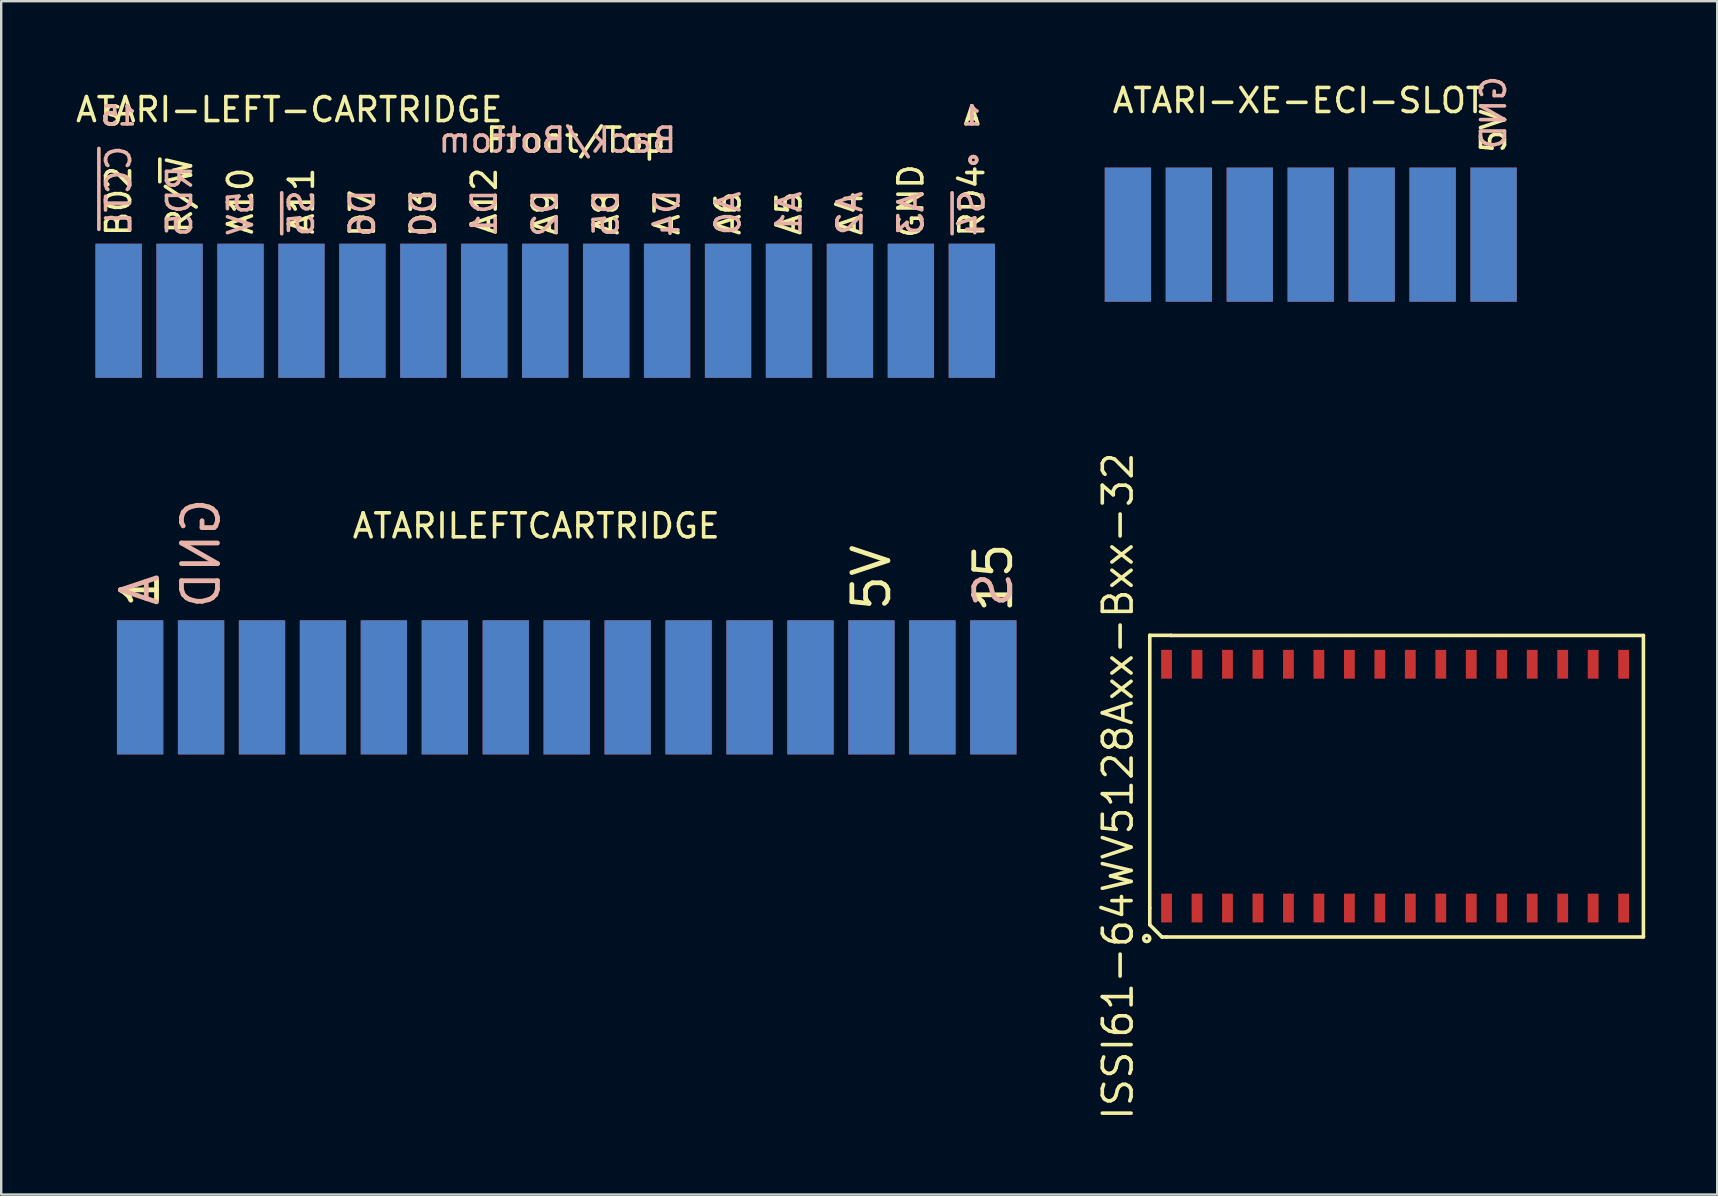
<source format=kicad_pcb>
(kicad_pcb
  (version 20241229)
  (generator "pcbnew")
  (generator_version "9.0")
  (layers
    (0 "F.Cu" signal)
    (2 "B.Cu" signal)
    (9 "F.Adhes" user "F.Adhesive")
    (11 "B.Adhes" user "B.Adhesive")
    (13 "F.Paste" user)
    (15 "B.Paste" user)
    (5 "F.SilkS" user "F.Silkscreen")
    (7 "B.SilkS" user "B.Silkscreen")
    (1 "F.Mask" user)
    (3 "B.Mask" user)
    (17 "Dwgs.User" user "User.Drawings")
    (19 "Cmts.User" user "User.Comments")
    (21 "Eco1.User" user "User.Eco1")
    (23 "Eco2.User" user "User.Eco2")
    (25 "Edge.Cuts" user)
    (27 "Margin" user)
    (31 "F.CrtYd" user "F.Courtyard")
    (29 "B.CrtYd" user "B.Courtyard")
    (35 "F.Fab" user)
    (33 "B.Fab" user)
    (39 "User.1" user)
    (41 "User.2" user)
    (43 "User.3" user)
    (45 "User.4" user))
  (footprint "ATARI-XE-ECI-SLOT"
    (layer "F.Cu")
    (at 41.673 10.539)
    (property "Reference" "ATARI-XE-ECI-SLOT" (at 9.398 -9.398 0) (layer "F.SilkS") (effects (font (size 1 1) (thickness 0.15))))
    (attr through_hole)
    (fp_text user "5V" (at 17.526 -8.128 90) (layer "F.SilkS") (effects (font (size 1 1) (thickness 0.15))))
    (fp_text user "GND" (at 17.526 -8.89 90) (layer "B.SilkS") (effects (font (size 1 1) (thickness 0.15)) (justify mirror)))
    (pad "1" smd rect (at 2.286 -3.81 270) (size 5.588 1.93) (layers "F.Cu" "F.Mask" "F.Paste"))
    (pad "2" smd rect (at 4.826 -3.81 270) (size 5.588 1.93) (layers "F.Cu" "F.Mask" "F.Paste"))
    (pad "3" smd rect (at 7.366 -3.81 270) (size 5.588 1.93) (layers "F.Cu" "F.Mask" "F.Paste"))
    (pad "4" smd rect (at 9.906 -3.81 270) (size 5.588 1.93) (layers "F.Cu" "F.Mask" "F.Paste"))
    (pad "5" smd rect (at 12.446 -3.81 270) (size 5.588 1.93) (layers "F.Cu" "F.Mask" "F.Paste"))
    (pad "6" smd rect (at 14.986 -3.81 270) (size 5.588 1.93) (layers "F.Cu" "F.Mask" "F.Paste"))
    (pad "7" smd rect (at 17.526 -3.81 270) (size 5.588 1.93) (layers "F.Cu" "F.Mask" "F.Paste"))
    (pad "A" smd rect (at 2.286 -3.81 270) (size 5.588 1.93) (layers "F.Mask" "B.Cu" "F.Paste"))
    (pad "B" smd rect (at 4.826 -3.81 270) (size 5.588 1.93) (layers "F.Mask" "B.Cu" "F.Paste"))
    (pad "C" smd rect (at 7.366 -3.81 270) (size 5.588 1.93) (layers "F.Mask" "B.Cu" "F.Paste"))
    (pad "D" smd rect (at 9.906 -3.81 270) (size 5.588 1.93) (layers "F.Mask" "B.Cu" "F.Paste"))
    (pad "E" smd rect (at 12.446 -3.81 270) (size 5.588 1.93) (layers "F.Mask" "B.Cu" "F.Paste"))
    (pad "F" smd rect (at 14.986 -3.81 270) (size 5.588 1.93) (layers "F.Mask" "B.Cu" "F.Paste"))
    (pad "H" smd rect (at 17.526 -3.81 270) (size 5.588 1.93) (layers "F.Mask" "B.Cu" "F.Paste")))
  (footprint "ATARILEFTCARTRIDGE"
    (layer "F.Cu")
    (at 0.25 15.946)
    (property "Reference" "ATARILEFTCARTRIDGE" (at 19.05 2.921 0) (layer "F.SilkS") (effects (font (size 1 1) (thickness 0.15))))
    (attr through_hole)
    (fp_text user "15" (at 38.1 5.08 90) (layer "F.SilkS") (effects (font (size 1.5 1.5) (thickness 0.2))))
    (fp_text user "1" (at 2.54 5.588 90) (layer "F.SilkS") (effects (font (size 1.5 1.5) (thickness 0.2))))
    (fp_text user "5V" (at 33.02 5.08 90) (layer "F.SilkS") (effects (font (size 1.5 1.5) (thickness 0.2))))
    (fp_text user "S" (at 38.1 5.588 90) (layer "B.SilkS") (effects (font (size 1.5 1.5) (thickness 0.2)) (justify mirror)))
    (fp_text user "GND" (at 5.08 4.064 90) (layer "B.SilkS") (effects (font (size 1.5 1.5) (thickness 0.2)) (justify mirror)))
    (fp_text user "A" (at 2.54 5.588 90) (layer "B.SilkS") (effects (font (size 1.5 1.5) (thickness 0.2)) (justify mirror)))
    (pad "1" smd rect (at 2.54 9.652 270) (size 5.588 1.93) (layers "F.Cu" "F.Mask" "F.Paste"))
    (pad "2" smd rect (at 5.08 9.652 270) (size 5.588 1.93) (layers "F.Cu" "F.Mask" "F.Paste"))
    (pad "3" smd rect (at 7.62 9.652 270) (size 5.588 1.93) (layers "F.Cu" "F.Mask" "F.Paste"))
    (pad "4" smd rect (at 10.16 9.652 270) (size 5.588 1.93) (layers "F.Cu" "F.Mask" "F.Paste"))
    (pad "5" smd rect (at 12.7 9.652 270) (size 5.588 1.93) (layers "F.Cu" "F.Mask" "F.Paste"))
    (pad "6" smd rect (at 15.24 9.652 270) (size 5.588 1.93) (layers "F.Cu" "F.Mask" "F.Paste"))
    (pad "7" smd rect (at 17.78 9.652 270) (size 5.588 1.93) (layers "F.Cu" "F.Mask" "F.Paste"))
    (pad "8" smd rect (at 20.32 9.652 270) (size 5.588 1.93) (layers "F.Cu" "F.Mask" "F.Paste"))
    (pad "9" smd rect (at 22.86 9.652 270) (size 5.588 1.93) (layers "F.Cu" "F.Mask" "F.Paste"))
    (pad "10" smd rect (at 25.4 9.652 270) (size 5.588 1.93) (layers "F.Cu" "F.Mask" "F.Paste"))
    (pad "11" smd rect (at 27.94 9.652 270) (size 5.588 1.93) (layers "F.Cu" "F.Mask" "F.Paste"))
    (pad "12" smd rect (at 30.48 9.652 270) (size 5.588 1.93) (layers "F.Cu" "F.Mask" "F.Paste"))
    (pad "13" smd rect (at 33.02 9.652 270) (size 5.588 1.93) (layers "F.Cu" "F.Mask" "F.Paste"))
    (pad "14" smd rect (at 35.56 9.652 270) (size 5.588 1.93) (layers "F.Cu" "F.Mask" "F.Paste"))
    (pad "15" smd rect (at 38.1 9.652 270) (size 5.588 1.93) (layers "F.Cu" "F.Mask" "F.Paste"))
    (pad "A" smd rect (at 2.54 9.652 270) (size 5.588 1.93) (layers "F.Mask" "B.Cu" "F.Paste"))
    (pad "B" smd rect (at 5.08 9.652 270) (size 5.588 1.93) (layers "F.Mask" "B.Cu" "F.Paste"))
    (pad "C" smd rect (at 7.62 9.652 270) (size 5.588 1.93) (layers "F.Mask" "B.Cu" "F.Paste"))
    (pad "D" smd rect (at 10.16 9.652 270) (size 5.588 1.93) (layers "F.Mask" "B.Cu" "F.Paste"))
    (pad "E" smd rect (at 12.7 9.652 270) (size 5.588 1.93) (layers "F.Mask" "B.Cu" "F.Paste"))
    (pad "F" smd rect (at 15.24 9.652 270) (size 5.588 1.93) (layers "F.Mask" "B.Cu" "F.Paste"))
    (pad "H" smd rect (at 17.78 9.652 270) (size 5.588 1.93) (layers "F.Mask" "B.Cu" "F.Paste"))
    (pad "J" smd rect (at 20.32 9.652 270) (size 5.588 1.93) (layers "F.Mask" "B.Cu" "F.Paste"))
    (pad "K" smd rect (at 22.86 9.652 270) (size 5.588 1.93) (layers "F.Mask" "B.Cu" "F.Paste"))
    (pad "L" smd rect (at 25.4 9.652 270) (size 5.588 1.93) (layers "F.Mask" "B.Cu" "F.Paste"))
    (pad "M" smd rect (at 27.94 9.652 270) (size 5.588 1.93) (layers "F.Mask" "B.Cu" "F.Paste"))
    (pad "N" smd rect (at 30.48 9.652 270) (size 5.588 1.93) (layers "F.Mask" "B.Cu" "F.Paste"))
    (pad "P" smd rect (at 33.02 9.652 270) (size 5.588 1.93) (layers "F.Mask" "B.Cu" "F.Paste"))
    (pad "R" smd rect (at 35.56 9.652 270) (size 5.588 1.93) (layers "F.Mask" "B.Cu" "F.Paste"))
    (pad "S" smd rect (at 38.1 9.652 270) (size 5.588 1.93) (layers "F.Mask" "B.Cu" "F.Paste")))
  (footprint "ISSI61-64WV5128Axx-Bxx-32"
    (layer "F.Cu")
    (at 55.094 29.715)
    (property "Reference" "ISSI61-64WV5128Axx-Bxx-32" (at -11.55 0 90) (layer "F.SilkS") (effects (font (size 1.2 1.2) (thickness 0.15))))
    (attr through_hole)
    (fp_line (start -10.223 -6.287) (end -10.223 5.08) (stroke (width 0.15) (type solid)) (layer "F.SilkS"))
    (fp_line (start -10.223 -6.287) (end -9.335 -6.287) (stroke (width 0.15) (type solid)) (layer "F.SilkS"))
    (fp_line (start -10.223 5.08) (end -10.223 5.779) (stroke (width 0.15) (type solid)) (layer "F.SilkS"))
    (fp_line (start -10.223 5.779) (end -9.716 6.287) (stroke (width 0.15) (type solid)) (layer "F.SilkS"))
    (fp_line (start -9.716 6.287) (end -9.525 6.287) (stroke (width 0.15) (type solid)) (layer "F.SilkS"))
    (fp_line (start -9.525 6.287) (end 10.351 6.287) (stroke (width 0.15) (type solid)) (layer "F.SilkS"))
    (fp_line (start 10.35 -6.28) (end -9.35 -6.28) (stroke (width 0.15) (type solid)) (layer "F.SilkS"))
    (fp_line (start 10.35 6.28) (end 10.35 -6.28) (stroke (width 0.15) (type solid)) (layer "F.SilkS"))
    (fp_circle (center -10.351 6.35) (end -10.351 6.223) (stroke (width 0.15) (type solid)) (fill no) (layer "F.SilkS"))
    (pad "1" smd rect (at -9.525 5.08) (size 0.45 1.2) (layers "F.Cu" "F.Mask" "F.Paste"))
    (pad "2" smd rect (at -8.255 5.08) (size 0.45 1.2) (layers "F.Cu" "F.Mask" "F.Paste"))
    (pad "3" smd rect (at -6.985 5.08) (size 0.45 1.2) (layers "F.Cu" "F.Mask" "F.Paste"))
    (pad "4" smd rect (at -5.715 5.08) (size 0.45 1.2) (layers "F.Cu" "F.Mask" "F.Paste"))
    (pad "5" smd rect (at -4.445 5.08) (size 0.45 1.2) (layers "F.Cu" "F.Mask" "F.Paste"))
    (pad "6" smd rect (at -3.175 5.08) (size 0.45 1.2) (layers "F.Cu" "F.Mask" "F.Paste"))
    (pad "7" smd rect (at -1.905 5.08) (size 0.45 1.2) (layers "F.Cu" "F.Mask" "F.Paste"))
    (pad "8" smd rect (at -0.635 5.08) (size 0.45 1.2) (layers "F.Cu" "F.Mask" "F.Paste"))
    (pad "9" smd rect (at 0.635 5.08) (size 0.45 1.2) (layers "F.Cu" "F.Mask" "F.Paste"))
    (pad "10" smd rect (at 1.905 5.08) (size 0.45 1.2) (layers "F.Cu" "F.Mask" "F.Paste"))
    (pad "11" smd rect (at 3.175 5.08) (size 0.45 1.2) (layers "F.Cu" "F.Mask" "F.Paste"))
    (pad "12" smd rect (at 4.445 5.08) (size 0.45 1.2) (layers "F.Cu" "F.Mask" "F.Paste"))
    (pad "13" smd rect (at 5.715 5.08) (size 0.45 1.2) (layers "F.Cu" "F.Mask" "F.Paste"))
    (pad "14" smd rect (at 6.985 5.08) (size 0.45 1.2) (layers "F.Cu" "F.Mask" "F.Paste"))
    (pad "15" smd rect (at 8.255 5.08) (size 0.45 1.2) (layers "F.Cu" "F.Mask" "F.Paste"))
    (pad "16" smd rect (at 9.525 5.08) (size 0.45 1.2) (layers "F.Cu" "F.Mask" "F.Paste"))
    (pad "17" smd rect (at 9.525 -5.08) (size 0.45 1.2) (layers "F.Cu" "F.Mask" "F.Paste"))
    (pad "18" smd rect (at 8.255 -5.08) (size 0.45 1.2) (layers "F.Cu" "F.Mask" "F.Paste"))
    (pad "19" smd rect (at 6.985 -5.08) (size 0.45 1.2) (layers "F.Cu" "F.Mask" "F.Paste"))
    (pad "20" smd rect (at 5.715 -5.08) (size 0.45 1.2) (layers "F.Cu" "F.Mask" "F.Paste"))
    (pad "21" smd rect (at 4.445 -5.08) (size 0.45 1.2) (layers "F.Cu" "F.Mask" "F.Paste"))
    (pad "22" smd rect (at 3.175 -5.08) (size 0.45 1.2) (layers "F.Cu" "F.Mask" "F.Paste"))
    (pad "23" smd rect (at 1.905 -5.08) (size 0.45 1.2) (layers "F.Cu" "F.Mask" "F.Paste"))
    (pad "24" smd rect (at 0.635 -5.08) (size 0.45 1.2) (layers "F.Cu" "F.Mask" "F.Paste"))
    (pad "25" smd rect (at -0.635 -5.08) (size 0.45 1.2) (layers "F.Cu" "F.Mask" "F.Paste"))
    (pad "26" smd rect (at -1.905 -5.08) (size 0.45 1.2) (layers "F.Cu" "F.Mask" "F.Paste"))
    (pad "27" smd rect (at -3.175 -5.08) (size 0.45 1.2) (layers "F.Cu" "F.Mask" "F.Paste"))
    (pad "28" smd rect (at -4.445 -5.08) (size 0.45 1.2) (layers "F.Cu" "F.Mask" "F.Paste"))
    (pad "29" smd rect (at -5.715 -5.08) (size 0.45 1.2) (layers "F.Cu" "F.Mask" "F.Paste"))
    (pad "30" smd rect (at -6.985 -5.08) (size 0.45 1.2) (layers "F.Cu" "F.Mask" "F.Paste"))
    (pad "31" smd rect (at -8.255 -5.08) (size 0.45 1.2) (layers "F.Cu" "F.Mask" "F.Paste"))
    (pad "32" smd rect (at -9.525 -5.08) (size 0.45 1.2) (layers "F.Cu" "F.Mask" "F.Paste")))
  (footprint "ATARI-LEFT-CARTRIDGE"
    (layer "F.Cu")
    (at 0.624 0.25)
    (property "Reference" "ATARI-LEFT-CARTRIDGE" (at 8.382 1.27 0) (layer "F.SilkS") (effects (font (size 1 1) (thickness 0.15))))
    (attr through_hole)
    (fp_circle (center 36.894 3.365) (end 36.767 3.429) (stroke (width 0.15) (type solid)) (fill no) (layer "B.SilkS"))
    (fp_circle (center 36.894 3.365) (end 36.83 3.365) (stroke (width 0.15) (type solid)) (fill no) (layer "B.SilkS"))
    (fp_text user "Front/Top" (at 20.32 2.54 0) (layer "F.SilkS") (effects (font (size 1 1) (thickness 0.15))))
    (fp_text user "S" (at 1.016 1.524 0) (layer "F.SilkS") (effects (font (size 0.75 0.75) (thickness 0.15))))
    (fp_text user "A11" (at 8.89 5.08 90) (layer "F.SilkS") (effects (font (size 1 1) (thickness 0.15))))
    (fp_text user "A5" (at 29.21 5.588 90) (layer "F.SilkS") (effects (font (size 1 1) (thickness 0.15))))
    (fp_text user "A8" (at 21.59 5.588 90) (layer "F.SilkS") (effects (font (size 1 1) (thickness 0.15))))
    (fp_text user "D7" (at 11.43 5.588 90) (layer "F.SilkS") (effects (font (size 1 1) (thickness 0.15))))
    (fp_text user "GND" (at 34.29 5.08 90) (layer "F.SilkS") (effects (font (size 1 1) (thickness 0.15))))
    (fp_text user "A4" (at 31.75 5.588 90) (layer "F.SilkS") (effects (font (size 1 1) (thickness 0.15))))
    (fp_text user "D3" (at 13.97 5.588 90) (layer "F.SilkS") (effects (font (size 1 1) (thickness 0.15))))
    (fp_text user "A12" (at 16.51 5.08 90) (layer "F.SilkS") (effects (font (size 1 1) (thickness 0.15))))
    (fp_text user "A7" (at 24.13 5.588 90) (layer "F.SilkS") (effects (font (size 1 1) (thickness 0.15))))
    (fp_text user "R/~{W}" (at 3.81 4.826 90) (layer "F.SilkS") (effects (font (size 1 1) (thickness 0.15))))
    (fp_text user "A9" (at 19.05 5.588 90) (layer "F.SilkS") (effects (font (size 1 1) (thickness 0.15))))
    (fp_text user "A10" (at 6.35 5.08 90) (layer "F.SilkS") (effects (font (size 1 1) (thickness 0.15))))
    (fp_text user "RD4" (at 36.83 5.08 90) (layer "F.SilkS") (effects (font (size 1 1) (thickness 0.15))))
    (fp_text user "A" (at 36.83 1.524 0) (layer "F.SilkS") (effects (font (size 0.75 0.75) (thickness 0.15))))
    (fp_text user "A6" (at 26.67 5.588 90) (layer "F.SilkS") (effects (font (size 1 1) (thickness 0.15))))
    (fp_text user "B02" (at 1.27 5.08 90) (layer "F.SilkS") (effects (font (size 1 1) (thickness 0.15))))
    (fp_text user "~{S4}" (at 36.83 5.588 90) (layer "B.SilkS") (effects (font (size 1 1) (thickness 0.15)) (justify mirror)))
    (fp_text user "1" (at 36.83 1.524 0) (layer "B.SilkS") (effects (font (size 0.75 0.75) (thickness 0.15)) (justify mirror)))
    (fp_text user "~{CCTL}" (at 1.27 4.572 90) (layer "B.SilkS") (effects (font (size 1 1) (thickness 0.15)) (justify mirror)))
    (fp_text user "D5" (at 21.59 5.588 90) (layer "B.SilkS") (effects (font (size 1 1) (thickness 0.15)) (justify mirror)))
    (fp_text user "~{S5}" (at 8.89 5.588 90) (layer "B.SilkS") (effects (font (size 1 1) (thickness 0.15)) (justify mirror)))
    (fp_text user "A1" (at 29.21 5.588 90) (layer "B.SilkS") (effects (font (size 1 1) (thickness 0.15)) (justify mirror)))
    (fp_text user "Back/Bottom" (at 19.558 2.54 0) (layer "B.SilkS") (effects (font (size 1 1) (thickness 0.15)) (justify mirror)))
    (fp_text user "D1" (at 16.51 5.588 90) (layer "B.SilkS") (effects (font (size 1 1) (thickness 0.15)) (justify mirror)))
    (fp_text user "15" (at 1.27 1.524 0) (layer "B.SilkS") (effects (font (size 0.75 0.75) (thickness 0.15)) (justify mirror)))
    (fp_text user "D6" (at 11.43 5.588 90) (layer "B.SilkS") (effects (font (size 1 1) (thickness 0.15)) (justify mirror)))
    (fp_text user "A0" (at 26.67 5.588 90) (layer "B.SilkS") (effects (font (size 1 1) (thickness 0.15)) (justify mirror)))
    (fp_text user "RD5" (at 3.81 5.08 90) (layer "B.SilkS") (effects (font (size 1 1) (thickness 0.15)) (justify mirror)))
    (fp_text user "A3" (at 34.29 5.588 90) (layer "B.SilkS") (effects (font (size 1 1) (thickness 0.15)) (justify mirror)))
    (fp_text user "D4" (at 24.13 5.588 90) (layer "B.SilkS") (effects (font (size 1 1) (thickness 0.15)) (justify mirror)))
    (fp_text user "D2" (at 19.05 5.588 90) (layer "B.SilkS") (effects (font (size 1 1) (thickness 0.15)) (justify mirror)))
    (fp_text user "A2" (at 31.75 5.588 90) (layer "B.SilkS") (effects (font (size 1 1) (thickness 0.15)) (justify mirror)))
    (fp_text user "D0" (at 13.97 5.588 90) (layer "B.SilkS") (effects (font (size 1 1) (thickness 0.15)) (justify mirror)))
    (fp_text user "5V" (at 6.35 5.588 90) (layer "B.SilkS") (effects (font (size 1 1) (thickness 0.15)) (justify mirror)))
    (pad "1" smd rect (at 36.83 9.652 270) (size 5.588 1.93) (layers "B.Cu" "B.Mask" "B.Paste"))
    (pad "2" smd rect (at 34.29 9.652 270) (size 5.588 1.93) (layers "B.Cu" "B.Mask" "B.Paste"))
    (pad "3" smd rect (at 31.75 9.652 270) (size 5.588 1.93) (layers "B.Cu" "B.Mask" "B.Paste"))
    (pad "4" smd rect (at 29.21 9.652 270) (size 5.588 1.93) (layers "B.Cu" "B.Mask" "B.Paste"))
    (pad "5" smd rect (at 26.67 9.652 270) (size 5.588 1.93) (layers "B.Cu" "B.Mask" "B.Paste"))
    (pad "6" smd rect (at 24.13 9.652 270) (size 5.588 1.93) (layers "B.Cu" "B.Mask" "B.Paste"))
    (pad "7" smd rect (at 21.59 9.652 270) (size 5.588 1.93) (layers "B.Cu" "B.Mask" "B.Paste"))
    (pad "8" smd rect (at 19.05 9.652 270) (size 5.588 1.93) (layers "B.Cu" "B.Mask" "B.Paste"))
    (pad "9" smd rect (at 16.51 9.652 270) (size 5.588 1.93) (layers "B.Cu" "B.Mask" "B.Paste"))
    (pad "10" smd rect (at 13.97 9.652 270) (size 5.588 1.93) (layers "B.Cu" "B.Mask" "B.Paste"))
    (pad "11" smd rect (at 11.43 9.652 270) (size 5.588 1.93) (layers "B.Cu" "B.Mask" "B.Paste"))
    (pad "12" smd rect (at 8.89 9.652 270) (size 5.588 1.93) (layers "B.Cu" "B.Mask" "B.Paste"))
    (pad "13" smd rect (at 6.35 9.652 270) (size 5.588 1.93) (layers "B.Cu" "B.Mask" "B.Paste"))
    (pad "14" smd rect (at 3.81 9.652 270) (size 5.588 1.93) (layers "B.Cu" "B.Mask" "B.Paste"))
    (pad "15" smd rect (at 1.27 9.652 270) (size 5.588 1.93) (layers "B.Cu" "B.Mask" "B.Paste"))
    (pad "A" smd rect (at 36.83 9.652 270) (size 5.588 1.93) (layers "F.Cu" "F.Mask" "F.Paste"))
    (pad "B" smd rect (at 34.29 9.652 270) (size 5.588 1.93) (layers "F.Cu" "F.Mask" "F.Paste"))
    (pad "C" smd rect (at 31.75 9.652 270) (size 5.588 1.93) (layers "F.Cu" "F.Mask" "F.Paste"))
    (pad "D" smd rect (at 29.21 9.652 270) (size 5.588 1.93) (layers "F.Cu" "F.Mask" "F.Paste"))
    (pad "E" smd rect (at 26.67 9.652 270) (size 5.588 1.93) (layers "F.Cu" "F.Mask" "F.Paste"))
    (pad "F" smd rect (at 24.13 9.652 270) (size 5.588 1.93) (layers "F.Cu" "F.Mask" "F.Paste"))
    (pad "H" smd rect (at 21.59 9.652 270) (size 5.588 1.93) (layers "F.Cu" "F.Mask" "F.Paste"))
    (pad "J" smd rect (at 19.05 9.652 270) (size 5.588 1.93) (layers "F.Cu" "F.Mask" "F.Paste"))
    (pad "K" smd rect (at 16.51 9.652 270) (size 5.588 1.93) (layers "F.Cu" "F.Mask" "F.Paste"))
    (pad "L" smd rect (at 13.97 9.652 270) (size 5.588 1.93) (layers "F.Cu" "F.Mask" "F.Paste"))
    (pad "M" smd rect (at 11.43 9.652 270) (size 5.588 1.93) (layers "F.Cu" "F.Mask" "F.Paste"))
    (pad "N" smd rect (at 8.89 9.652 270) (size 5.588 1.93) (layers "F.Cu" "F.Mask" "F.Paste"))
    (pad "P" smd rect (at 6.35 9.652 270) (size 5.588 1.93) (layers "F.Cu" "F.Mask" "F.Paste"))
    (pad "R" smd rect (at 3.81 9.652 270) (size 5.588 1.93) (layers "F.Cu" "F.Mask" "F.Paste"))
    (pad "S" smd rect (at 1.27 9.652 270) (size 5.588 1.93) (layers "F.Cu" "F.Mask" "F.Paste")))
  (gr_rect
    (start -3 -3)
    (end 68.519 46.735)
    (stroke (width 0.1) (type default))
    (fill no)
    (layer "Edge.Cuts")))
</source>
